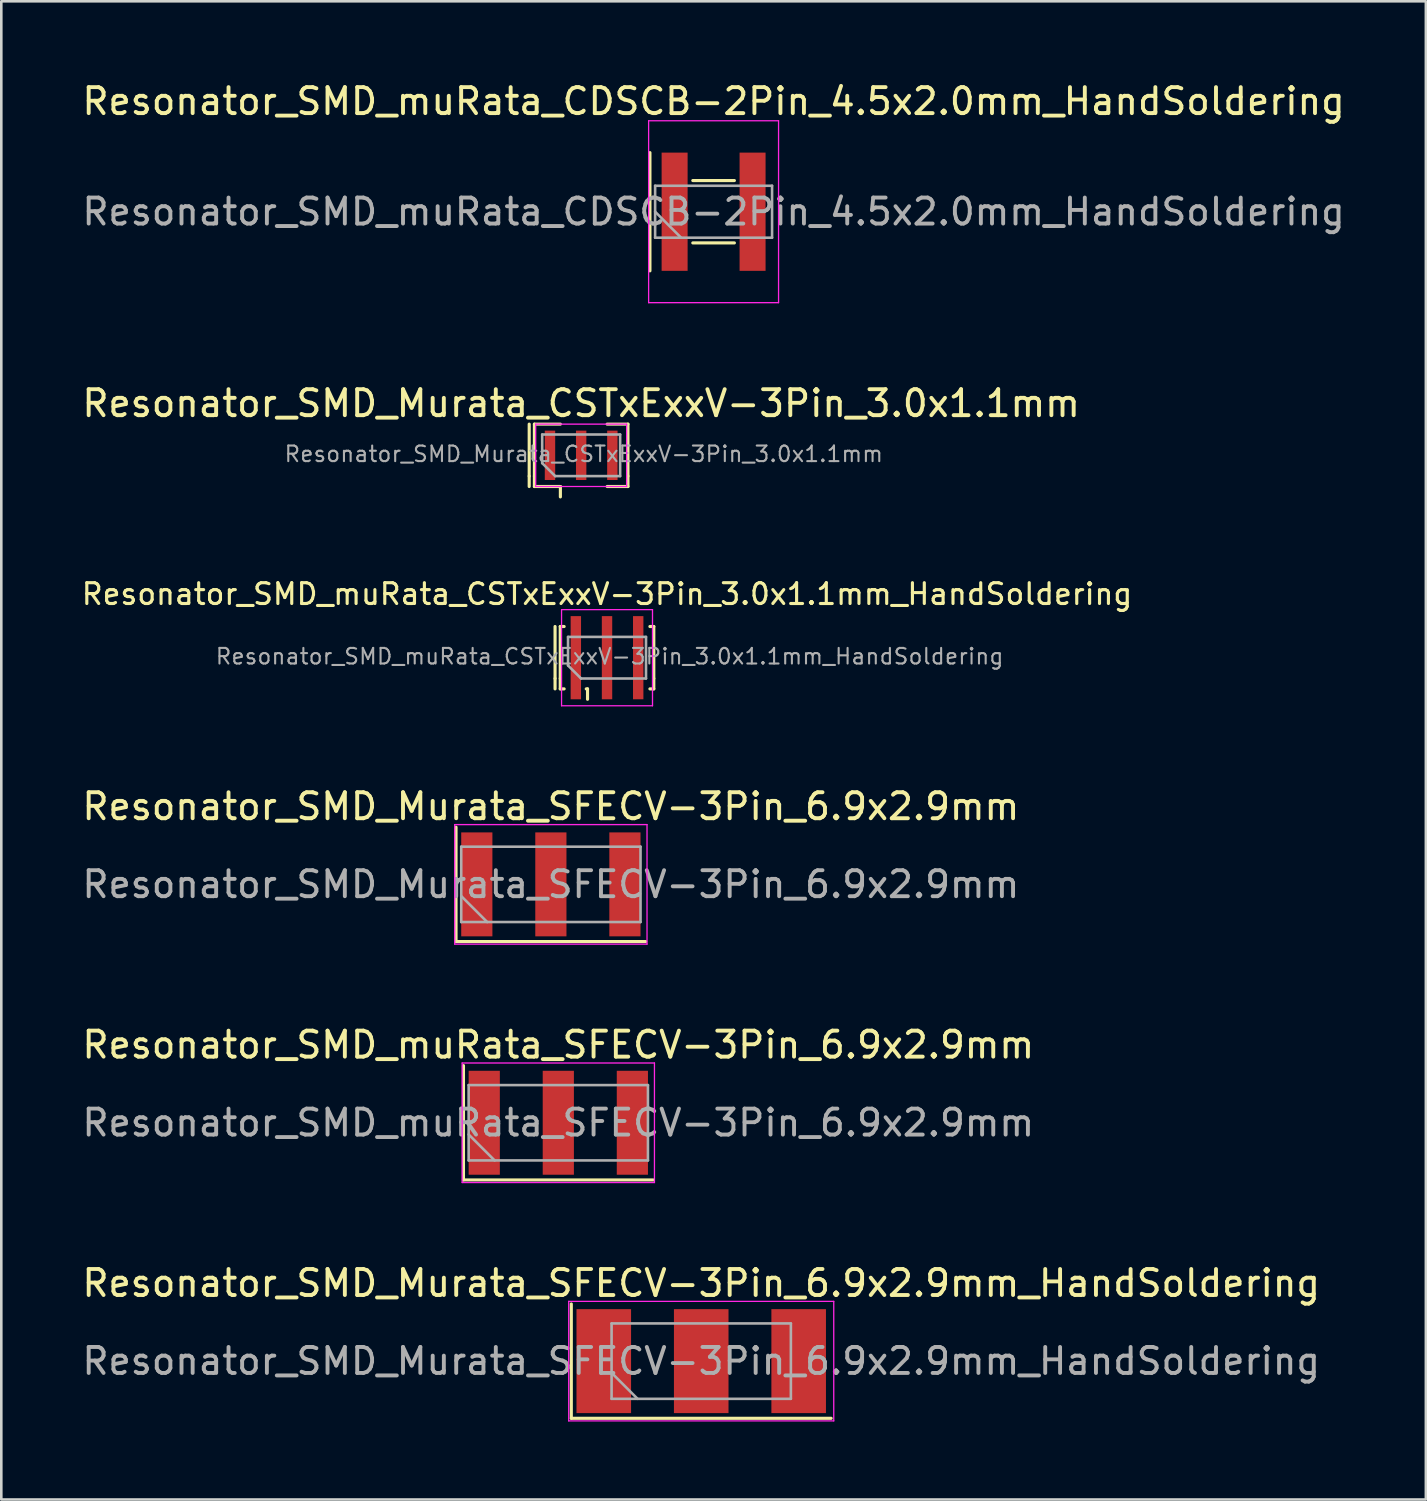
<source format=kicad_pcb>
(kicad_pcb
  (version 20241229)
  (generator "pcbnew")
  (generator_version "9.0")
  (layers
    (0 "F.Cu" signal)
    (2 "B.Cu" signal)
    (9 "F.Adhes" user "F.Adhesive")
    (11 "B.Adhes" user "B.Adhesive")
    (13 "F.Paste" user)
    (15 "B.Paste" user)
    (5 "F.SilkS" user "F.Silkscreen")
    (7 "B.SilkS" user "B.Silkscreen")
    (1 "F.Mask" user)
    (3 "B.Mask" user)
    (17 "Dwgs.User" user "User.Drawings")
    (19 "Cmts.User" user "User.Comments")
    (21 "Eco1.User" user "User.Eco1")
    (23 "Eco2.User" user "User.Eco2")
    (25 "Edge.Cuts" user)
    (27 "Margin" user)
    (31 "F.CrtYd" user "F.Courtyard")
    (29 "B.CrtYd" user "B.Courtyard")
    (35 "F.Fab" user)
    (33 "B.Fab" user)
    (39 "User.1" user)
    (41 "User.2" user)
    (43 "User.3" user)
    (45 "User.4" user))
  (footprint "Resonator_SMD_muRata_SFECV-3Pin_6.9x2.9mm"
    (layer "F.Cu")
    (at 18.435 40.157)
    (property "Reference" "Resonator_SMD_muRata_SFECV-3Pin_6.9x2.9mm" (at 0 -3 0) (layer "F.SilkS") (effects (font (size 1 1) (thickness 0.15))))
    (attr smd)
    (fp_line (start -3.65 -2.2) (end -3.65 2.2) (stroke (width 0.12) (type solid)) (layer "F.SilkS"))
    (fp_line (start -3.65 2.2) (end 3.65 2.2) (stroke (width 0.12) (type solid)) (layer "F.SilkS"))
    (fp_line (start -3.7 -2.3) (end -3.7 2.3) (stroke (width 0.05) (type solid)) (layer "F.CrtYd"))
    (fp_line (start -3.7 2.3) (end 3.7 2.3) (stroke (width 0.05) (type solid)) (layer "F.CrtYd"))
    (fp_line (start 3.7 -2.3) (end -3.7 -2.3) (stroke (width 0.05) (type solid)) (layer "F.CrtYd"))
    (fp_line (start 3.7 2.3) (end 3.7 -2.3) (stroke (width 0.05) (type solid)) (layer "F.CrtYd"))
    (fp_line (start -3.45 -1.45) (end -3.45 1.45) (stroke (width 0.1) (type solid)) (layer "F.Fab"))
    (fp_line (start -3.45 0.45) (end -2.45 1.45) (stroke (width 0.1) (type solid)) (layer "F.Fab"))
    (fp_line (start -3.45 1.45) (end 3.45 1.45) (stroke (width 0.1) (type solid)) (layer "F.Fab"))
    (fp_line (start 3.45 -1.45) (end -3.45 -1.45) (stroke (width 0.1) (type solid)) (layer "F.Fab"))
    (fp_line (start 3.45 1.45) (end 3.45 -1.45) (stroke (width 0.1) (type solid)) (layer "F.Fab"))
    (fp_text user "${REFERENCE}" (at 0 0 0) (layer "F.Fab") (effects (font (size 1 1) (thickness 0.15))))
    (pad "1" smd rect (at -2.85 0) (size 1.2 4) (layers "F.Cu" "F.Mask" "F.Paste"))
    (pad "2" smd rect (at 0 0) (size 1.2 4) (layers "F.Cu" "F.Mask" "F.Paste"))
    (pad "3" smd rect (at 2.85 0) (size 1.2 4) (layers "F.Cu" "F.Mask" "F.Paste")))
  (footprint "Resonator_SMD_Murata_SFECV-3Pin_6.9x2.9mm_HandSoldering"
    (layer "F.Cu")
    (at 23.935 49.33)
    (property "Reference" "Resonator_SMD_Murata_SFECV-3Pin_6.9x2.9mm_HandSoldering" (at 0 -3 0) (layer "F.SilkS") (effects (font (size 1 1) (thickness 0.15))))
    (attr smd)
    (fp_line (start -5 -2.2) (end -5 2.2) (stroke (width 0.12) (type solid)) (layer "F.SilkS"))
    (fp_line (start -5 2.2) (end 5 2.2) (stroke (width 0.12) (type solid)) (layer "F.SilkS"))
    (fp_line (start -5.1 -2.3) (end -5.1 2.3) (stroke (width 0.05) (type solid)) (layer "F.CrtYd"))
    (fp_line (start -5.1 2.3) (end 5.1 2.3) (stroke (width 0.05) (type solid)) (layer "F.CrtYd"))
    (fp_line (start 5.1 -2.3) (end -5.1 -2.3) (stroke (width 0.05) (type solid)) (layer "F.CrtYd"))
    (fp_line (start 5.1 2.3) (end 5.1 -2.3) (stroke (width 0.05) (type solid)) (layer "F.CrtYd"))
    (fp_line (start -3.45 -1.45) (end -3.45 1.45) (stroke (width 0.1) (type solid)) (layer "F.Fab"))
    (fp_line (start -3.45 0.45) (end -2.45 1.45) (stroke (width 0.1) (type solid)) (layer "F.Fab"))
    (fp_line (start -3.45 1.45) (end 3.45 1.45) (stroke (width 0.1) (type solid)) (layer "F.Fab"))
    (fp_line (start 3.45 -1.45) (end -3.45 -1.45) (stroke (width 0.1) (type solid)) (layer "F.Fab"))
    (fp_line (start 3.45 1.45) (end 3.45 -1.45) (stroke (width 0.1) (type solid)) (layer "F.Fab"))
    (fp_text user "${REFERENCE}" (at 0 0 0) (layer "F.Fab") (effects (font (size 1 1) (thickness 0.15))))
    (pad "1" smd rect (at -3.75 0) (size 2.1 4) (layers "F.Cu" "F.Mask" "F.Paste"))
    (pad "2" smd rect (at 0 0) (size 2.1 4) (layers "F.Cu" "F.Mask" "F.Paste"))
    (pad "3" smd rect (at 3.75 0) (size 2.1 4) (layers "F.Cu" "F.Mask" "F.Paste")))
  (footprint "Resonator_SMD_muRata_CDSCB-2Pin_4.5x2.0mm_HandSoldering"
    (layer "F.Cu")
    (at 24.411 5.098)
    (property "Reference" "Resonator_SMD_muRata_CDSCB-2Pin_4.5x2.0mm_HandSoldering" (at 0 -4.25 0) (layer "F.SilkS") (effects (font (size 1 1) (thickness 0.15))))
    (attr smd)
    (fp_line (start -2.45 -2.275) (end -2.45 2.275) (stroke (width 0.12) (type solid)) (layer "F.SilkS"))
    (fp_line (start -0.8 -1.2) (end 0.8 -1.2) (stroke (width 0.12) (type solid)) (layer "F.SilkS"))
    (fp_line (start -0.8 1.2) (end 0.8 1.2) (stroke (width 0.12) (type solid)) (layer "F.SilkS"))
    (fp_line (start -2.5 -3.5) (end -2.5 3.5) (stroke (width 0.05) (type solid)) (layer "F.CrtYd"))
    (fp_line (start -2.5 3.5) (end 2.5 3.5) (stroke (width 0.05) (type solid)) (layer "F.CrtYd"))
    (fp_line (start 2.5 -3.5) (end -2.5 -3.5) (stroke (width 0.05) (type solid)) (layer "F.CrtYd"))
    (fp_line (start 2.5 3.5) (end 2.5 -3.5) (stroke (width 0.05) (type solid)) (layer "F.CrtYd"))
    (fp_line (start -2.25 -1) (end -2.25 1) (stroke (width 0.1) (type solid)) (layer "F.Fab"))
    (fp_line (start -2.25 0) (end -1.25 1) (stroke (width 0.1) (type solid)) (layer "F.Fab"))
    (fp_line (start -2.25 1) (end 2.25 1) (stroke (width 0.1) (type solid)) (layer "F.Fab"))
    (fp_line (start 2.25 -1) (end -2.25 -1) (stroke (width 0.1) (type solid)) (layer "F.Fab"))
    (fp_line (start 2.25 1) (end 2.25 -1) (stroke (width 0.1) (type solid)) (layer "F.Fab"))
    (fp_text user "${REFERENCE}" (at 0 0 0) (layer "F.Fab") (effects (font (size 1 1) (thickness 0.15))))
    (pad "1" smd rect (at -1.5 0) (size 1 4.55) (layers "F.Cu" "F.Mask" "F.Paste"))
    (pad "2" smd rect (at 1.5 0) (size 1 4.55) (layers "F.Cu" "F.Mask" "F.Paste")))
  (footprint "Resonator_SMD_Murata_SFECV-3Pin_6.9x2.9mm"
    (layer "F.Cu")
    (at 18.149 30.983)
    (property "Reference" "Resonator_SMD_Murata_SFECV-3Pin_6.9x2.9mm" (at 0 -3 0) (layer "F.SilkS") (effects (font (size 1 1) (thickness 0.15))))
    (attr smd)
    (fp_line (start -3.65 -2.2) (end -3.65 2.2) (stroke (width 0.12) (type solid)) (layer "F.SilkS"))
    (fp_line (start -3.65 2.2) (end 3.65 2.2) (stroke (width 0.12) (type solid)) (layer "F.SilkS"))
    (fp_line (start -3.7 -2.3) (end -3.7 2.3) (stroke (width 0.05) (type solid)) (layer "F.CrtYd"))
    (fp_line (start -3.7 2.3) (end 3.7 2.3) (stroke (width 0.05) (type solid)) (layer "F.CrtYd"))
    (fp_line (start 3.7 -2.3) (end -3.7 -2.3) (stroke (width 0.05) (type solid)) (layer "F.CrtYd"))
    (fp_line (start 3.7 2.3) (end 3.7 -2.3) (stroke (width 0.05) (type solid)) (layer "F.CrtYd"))
    (fp_line (start -3.45 -1.45) (end -3.45 1.45) (stroke (width 0.1) (type solid)) (layer "F.Fab"))
    (fp_line (start -3.45 0.45) (end -2.45 1.45) (stroke (width 0.1) (type solid)) (layer "F.Fab"))
    (fp_line (start -3.45 1.45) (end 3.45 1.45) (stroke (width 0.1) (type solid)) (layer "F.Fab"))
    (fp_line (start 3.45 -1.45) (end -3.45 -1.45) (stroke (width 0.1) (type solid)) (layer "F.Fab"))
    (fp_line (start 3.45 1.45) (end 3.45 -1.45) (stroke (width 0.1) (type solid)) (layer "F.Fab"))
    (fp_text user "${REFERENCE}" (at 0 0 0) (layer "F.Fab") (effects (font (size 1 1) (thickness 0.15))))
    (pad "1" smd rect (at -2.85 0) (size 1.2 4) (layers "F.Cu" "F.Mask" "F.Paste"))
    (pad "2" smd rect (at 0 0) (size 1.2 4) (layers "F.Cu" "F.Mask" "F.Paste"))
    (pad "3" smd rect (at 2.85 0) (size 1.2 4) (layers "F.Cu" "F.Mask" "F.Paste")))
  (footprint "Resonator_SMD_Murata_CSTxExxV-3Pin_3.0x1.1mm"
    (layer "F.Cu")
    (at 19.315 14.472)
    (property "Reference" "Resonator_SMD_Murata_CSTxExxV-3Pin_3.0x1.1mm" (at 0 -2 0) (layer "F.SilkS") (effects (font (size 1 1) (thickness 0.15))))
    (attr smd)
    (fp_line (start -2 -1.2) (end -2 0.8) (stroke (width 0.12) (type solid)) (layer "F.SilkS"))
    (fp_line (start -2 0.8) (end -2 1.2) (stroke (width 0.12) (type solid)) (layer "F.SilkS"))
    (fp_line (start -1.8 -1.2) (end -0.8 -1.2) (stroke (width 0.12) (type solid)) (layer "F.SilkS"))
    (fp_line (start -1.8 0.8) (end -1.8 -1.2) (stroke (width 0.12) (type solid)) (layer "F.SilkS"))
    (fp_line (start -1.8 0.8) (end -1.8 1.2) (stroke (width 0.12) (type solid)) (layer "F.SilkS"))
    (fp_line (start -0.8 1.2) (end -1.8 1.2) (stroke (width 0.12) (type solid)) (layer "F.SilkS"))
    (fp_line (start -0.8 1.2) (end -0.8 1.6) (stroke (width 0.12) (type solid)) (layer "F.SilkS"))
    (fp_line (start 1 -1.2) (end 1.8 -1.2) (stroke (width 0.12) (type solid)) (layer "F.SilkS"))
    (fp_line (start 1.8 -1.2) (end 1.8 0.8) (stroke (width 0.12) (type solid)) (layer "F.SilkS"))
    (fp_line (start 1.8 0.8) (end 1.8 1.2) (stroke (width 0.12) (type solid)) (layer "F.SilkS"))
    (fp_line (start 1.8 1.2) (end 1 1.2) (stroke (width 0.12) (type solid)) (layer "F.SilkS"))
    (fp_line (start -1.75 -1.2) (end 1.75 -1.2) (stroke (width 0.05) (type solid)) (layer "F.CrtYd"))
    (fp_line (start -1.75 1.2) (end -1.75 -1.2) (stroke (width 0.05) (type solid)) (layer "F.CrtYd"))
    (fp_line (start 1.75 -1.2) (end 1.75 1.2) (stroke (width 0.05) (type solid)) (layer "F.CrtYd"))
    (fp_line (start 1.75 1.2) (end -1.75 1.2) (stroke (width 0.05) (type solid)) (layer "F.CrtYd"))
    (fp_line (start -1.5 0.3) (end -1.5 -0.8) (stroke (width 0.1) (type solid)) (layer "F.Fab"))
    (fp_line (start -1 0.8) (end -1.5 0.3) (stroke (width 0.1) (type solid)) (layer "F.Fab"))
    (fp_line (start -1 0.8) (end 1.5 0.8) (stroke (width 0.1) (type solid)) (layer "F.Fab"))
    (fp_line (start 1.5 -0.8) (end -1.5 -0.8) (stroke (width 0.1) (type solid)) (layer "F.Fab"))
    (fp_line (start 1.5 0.8) (end 1.5 -0.8) (stroke (width 0.1) (type solid)) (layer "F.Fab"))
    (fp_text user "${REFERENCE}" (at 0.1 -0.05 0) (layer "F.Fab") (effects (font (size 0.6 0.6) (thickness 0.08))))
    (pad "1" smd rect (at -1.2 0) (size 0.4 1.9) (layers "F.Cu" "F.Mask" "F.Paste"))
    (pad "2" smd rect (at 0 0) (size 0.4 1.9) (layers "F.Cu" "F.Mask" "F.Paste"))
    (pad "3" smd rect (at 1.2 0) (size 0.4 1.9) (layers "F.Cu" "F.Mask" "F.Paste")))
  (footprint "Resonator_SMD_muRata_CSTxExxV-3Pin_3.0x1.1mm_HandSoldering"
    (layer "F.Cu")
    (at 20.31 22.26)
    (property "Reference" "Resonator_SMD_muRata_CSTxExxV-3Pin_3.0x1.1mm_HandSoldering" (at 0 -2.45 0) (layer "F.SilkS") (effects (font (size 0.8 0.8) (thickness 0.12))))
    (attr smd)
    (fp_line (start -2 -1.2) (end -2 0.8) (stroke (width 0.12) (type solid)) (layer "F.SilkS"))
    (fp_line (start -2 0.8) (end -2 1.2) (stroke (width 0.12) (type solid)) (layer "F.SilkS"))
    (fp_line (start -1.8 -1.2) (end -1.65 -1.2) (stroke (width 0.12) (type solid)) (layer "F.SilkS"))
    (fp_line (start -1.8 0.8) (end -1.8 -1.2) (stroke (width 0.12) (type solid)) (layer "F.SilkS"))
    (fp_line (start -1.8 0.8) (end -1.8 1.2) (stroke (width 0.12) (type solid)) (layer "F.SilkS"))
    (fp_line (start -1.8 1.2) (end -1.65 1.2) (stroke (width 0.12) (type solid)) (layer "F.SilkS"))
    (fp_line (start -0.75 1.2) (end -0.8 1.2) (stroke (width 0.12) (type solid)) (layer "F.SilkS"))
    (fp_line (start -0.75 1.2) (end -0.75 1.6) (stroke (width 0.12) (type solid)) (layer "F.SilkS"))
    (fp_line (start 1.8 -1.2) (end 1.65 -1.2) (stroke (width 0.12) (type solid)) (layer "F.SilkS"))
    (fp_line (start 1.8 -1.2) (end 1.8 0.8) (stroke (width 0.12) (type solid)) (layer "F.SilkS"))
    (fp_line (start 1.8 0.8) (end 1.8 1.2) (stroke (width 0.12) (type solid)) (layer "F.SilkS"))
    (fp_line (start 1.8 1.2) (end 1.65 1.2) (stroke (width 0.12) (type solid)) (layer "F.SilkS"))
    (fp_line (start -1.75 -1.85) (end 1.75 -1.85) (stroke (width 0.05) (type solid)) (layer "F.CrtYd"))
    (fp_line (start -1.75 1.85) (end -1.75 -1.85) (stroke (width 0.05) (type solid)) (layer "F.CrtYd"))
    (fp_line (start 1.75 -1.85) (end 1.75 1.85) (stroke (width 0.05) (type solid)) (layer "F.CrtYd"))
    (fp_line (start 1.75 1.85) (end -1.75 1.85) (stroke (width 0.05) (type solid)) (layer "F.CrtYd"))
    (fp_line (start -1.5 0.3) (end -1.5 -0.8) (stroke (width 0.1) (type solid)) (layer "F.Fab"))
    (fp_line (start -1 0.8) (end -1.5 0.3) (stroke (width 0.1) (type solid)) (layer "F.Fab"))
    (fp_line (start -1 0.8) (end 1.5 0.8) (stroke (width 0.1) (type solid)) (layer "F.Fab"))
    (fp_line (start 1.5 -0.8) (end -1.5 -0.8) (stroke (width 0.1) (type solid)) (layer "F.Fab"))
    (fp_line (start 1.5 0.8) (end 1.5 -0.8) (stroke (width 0.1) (type solid)) (layer "F.Fab"))
    (fp_text user "${REFERENCE}" (at 0.1 -0.05 0) (layer "F.Fab") (effects (font (size 0.6 0.6) (thickness 0.08))))
    (pad "1" smd rect (at -1.2 0) (size 0.4 3.2) (layers "F.Cu" "F.Mask" "F.Paste"))
    (pad "2" smd rect (at 0 0) (size 0.4 3.2) (layers "F.Cu" "F.Mask" "F.Paste"))
    (pad "3" smd rect (at 1.2 0) (size 0.4 3.2) (layers "F.Cu" "F.Mask" "F.Paste")))
  (gr_rect
    (start -3 -3)
    (end 51.821 54.655)
    (stroke (width 0.1) (type default))
    (fill no)
    (layer "Edge.Cuts")))
</source>
